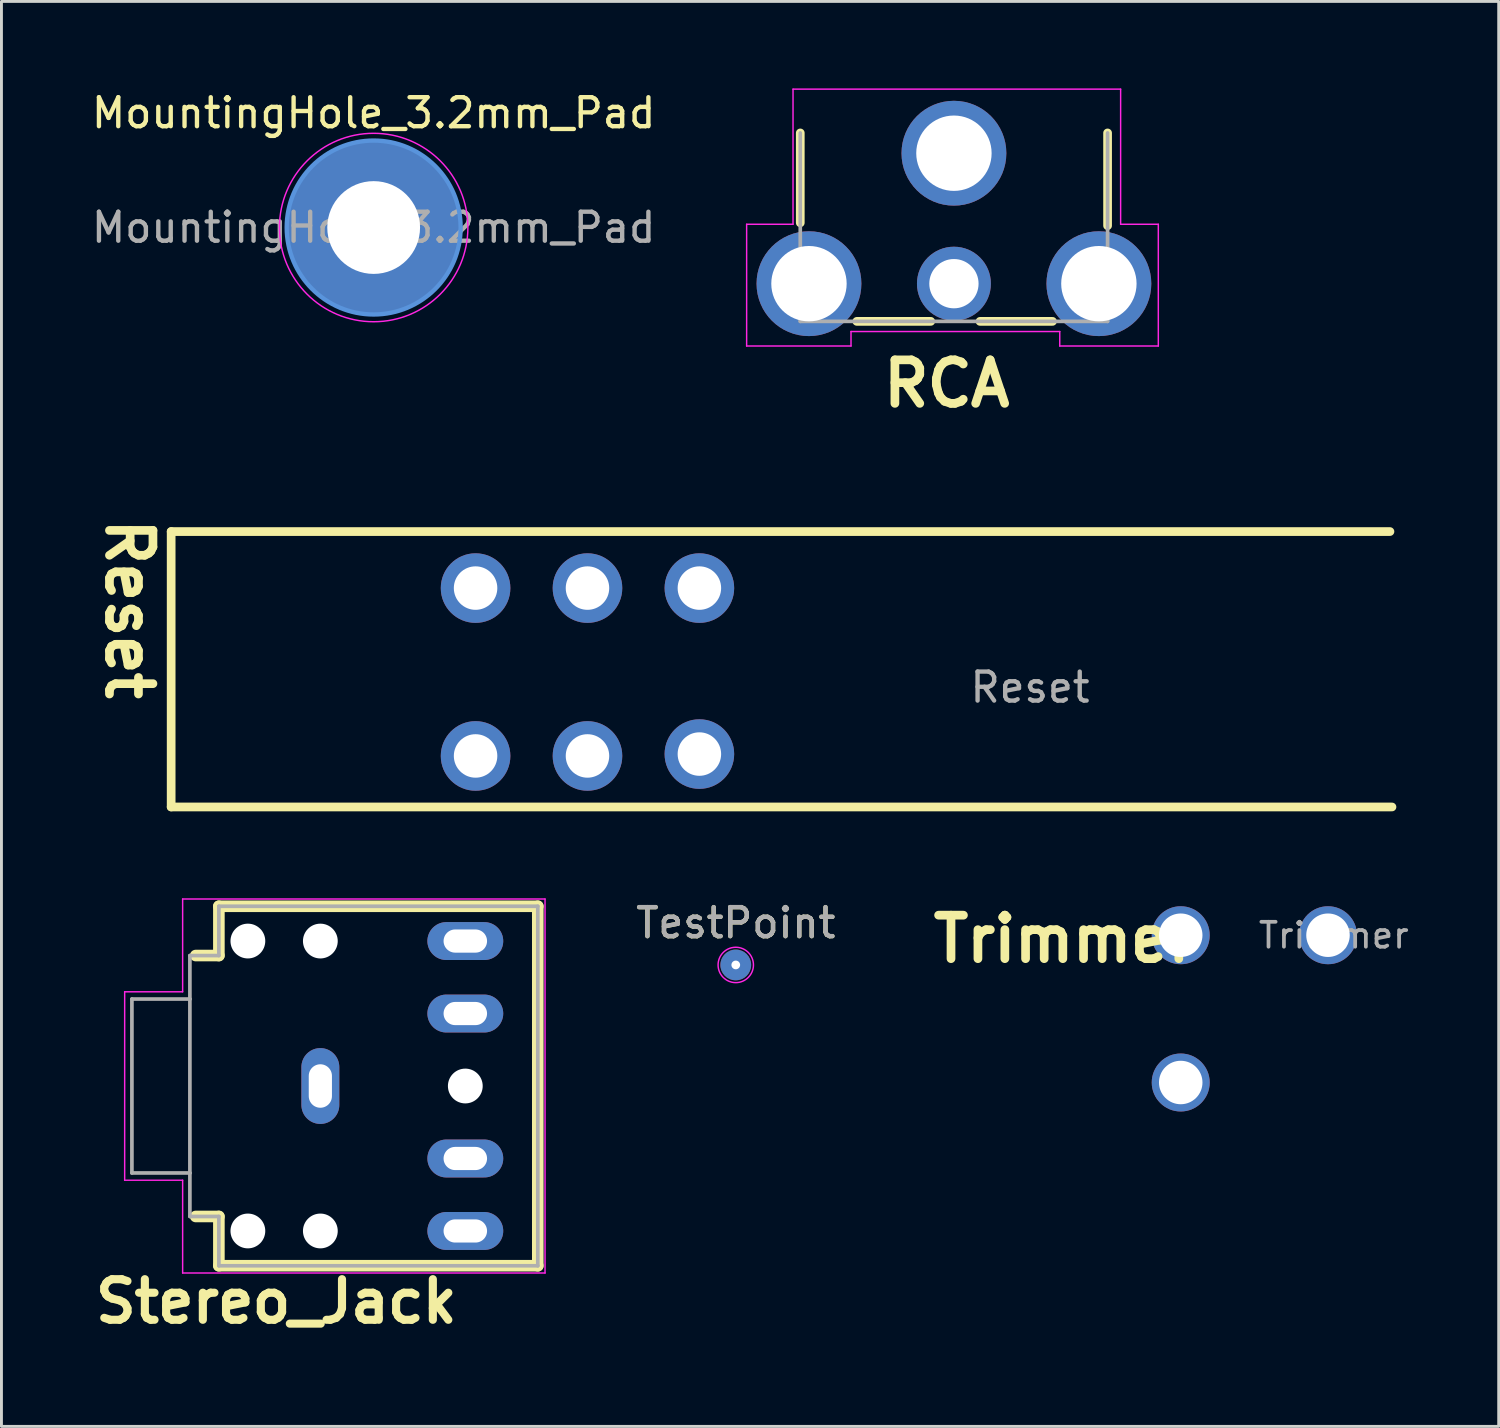
<source format=kicad_pcb>
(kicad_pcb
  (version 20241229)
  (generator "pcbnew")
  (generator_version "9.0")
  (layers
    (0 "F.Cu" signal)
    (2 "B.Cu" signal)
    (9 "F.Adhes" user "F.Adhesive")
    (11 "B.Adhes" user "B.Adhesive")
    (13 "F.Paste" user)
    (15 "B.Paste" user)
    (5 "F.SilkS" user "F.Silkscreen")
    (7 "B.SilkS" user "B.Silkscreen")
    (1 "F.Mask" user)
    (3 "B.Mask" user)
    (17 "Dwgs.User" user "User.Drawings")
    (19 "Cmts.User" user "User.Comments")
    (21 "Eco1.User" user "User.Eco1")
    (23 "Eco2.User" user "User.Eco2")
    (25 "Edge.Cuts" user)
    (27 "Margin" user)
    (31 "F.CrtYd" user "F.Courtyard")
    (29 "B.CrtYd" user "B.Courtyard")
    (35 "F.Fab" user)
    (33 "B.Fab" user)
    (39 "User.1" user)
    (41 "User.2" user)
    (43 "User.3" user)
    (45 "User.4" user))
  (footprint "TestPoint"
    (layer "F.Cu")
    (at 22.329 30.234)
    (property "Reference" "TestPoint" (at 0 -1.448 0) (layer "F.SilkS") (effects (font (size 1 1) (thickness 0.15))))
    (attr exclude_from_pos_files)
    (fp_circle (center 0 0) (end 0.61 0) (stroke (width 0.05) (type solid)) (fill no) (layer "F.CrtYd"))
    (fp_text user "${REFERENCE}" (at 0 -1.45 0) (layer "F.Fab") (effects (font (size 1 1) (thickness 0.15))))
    (pad "1" thru_hole circle (at 0 0) (size 1.06 1.06) (drill 0.3) (layers "*.Cu" "*.Mask")))
  (footprint "Trimmer"
    (layer "F.Cu")
    (at 37.707 29.239)
    (property "Reference" "Trimmer" (at -4.025 0.1 0) (layer "F.SilkS") (effects (font (size 1.5 1.5) (thickness 0.3) (bold yes))))
    (attr through_hole)
    (fp_text user "${REFERENCE}" (at 5.25 -0.025 0) (layer "F.Fab") (effects (font (size 0.86 0.86) (thickness 0.129))))
    (pad "1" thru_hole circle (at -0.03 5.05) (size 2 2) (drill 1.5) (layers "*.Cu" "*.Mask"))
    (pad "1" thru_hole circle (at 5.05 -0.03) (size 2 2) (drill 1.5) (layers "*.Cu" "*.Mask"))
    (pad "2" thru_hole circle (at -0.03 -0.03) (size 2 2) (drill 1.5) (layers "*.Cu" "*.Mask")))
  (footprint "Stereo_Jack"
    (layer "F.Cu")
    (at 8 34.41)
    (property "Reference" "Stereo_Jack" (at -1.52 7.43 180) (layer "F.SilkS") (effects (font (size 1.4 1.4) (thickness 0.28) (bold yes))))
    (attr through_hole)
    (fp_line (start -3.5 -6.2) (end -3.5 -4.5) (stroke (width 0.4) (type solid)) (layer "F.SilkS"))
    (fp_line (start -3.5 -4.5) (end -4.3 -4.5) (stroke (width 0.4) (type solid)) (layer "F.SilkS"))
    (fp_line (start -3.5 4.5) (end -4.3 4.5) (stroke (width 0.4) (type solid)) (layer "F.SilkS"))
    (fp_line (start -3.5 4.5) (end -3.5 6.2) (stroke (width 0.4) (type solid)) (layer "F.SilkS"))
    (fp_line (start 7.5 -6.2) (end -3.5 -6.2) (stroke (width 0.4) (type solid)) (layer "F.SilkS"))
    (fp_line (start 7.5 -6.2) (end 7.5 6.2) (stroke (width 0.4) (type solid)) (layer "F.SilkS"))
    (fp_line (start 7.5 6.2) (end -3.5 6.2) (stroke (width 0.4) (type solid)) (layer "F.SilkS"))
    (fp_line (start -6.75 -3.25) (end -6.75 3.25) (stroke (width 0.05) (type solid)) (layer "F.CrtYd"))
    (fp_line (start -6.75 3.25) (end -4.75 3.25) (stroke (width 0.05) (type solid)) (layer "F.CrtYd"))
    (fp_line (start -4.75 -6.45) (end -4.75 -3.25) (stroke (width 0.05) (type solid)) (layer "F.CrtYd"))
    (fp_line (start -4.75 -6.45) (end 7.75 -6.45) (stroke (width 0.05) (type solid)) (layer "F.CrtYd"))
    (fp_line (start -4.75 -3.25) (end -6.75 -3.25) (stroke (width 0.05) (type solid)) (layer "F.CrtYd"))
    (fp_line (start -4.75 3.25) (end -4.75 6.45) (stroke (width 0.05) (type solid)) (layer "F.CrtYd"))
    (fp_line (start 7.75 -6.45) (end 7.75 6.45) (stroke (width 0.05) (type solid)) (layer "F.CrtYd"))
    (fp_line (start 7.75 6.45) (end -4.75 6.45) (stroke (width 0.05) (type solid)) (layer "F.CrtYd"))
    (fp_line (start -6.5 -3) (end -6.5 3) (stroke (width 0.127) (type solid)) (layer "F.Fab"))
    (fp_line (start -6.5 3) (end -4.5 3) (stroke (width 0.127) (type solid)) (layer "F.Fab"))
    (fp_line (start -4.5 -4.5) (end -4.5 -3) (stroke (width 0.127) (type solid)) (layer "F.Fab"))
    (fp_line (start -4.5 -3) (end -6.5 -3) (stroke (width 0.127) (type solid)) (layer "F.Fab"))
    (fp_line (start -4.5 -3) (end -4.5 3) (stroke (width 0.127) (type solid)) (layer "F.Fab"))
    (fp_line (start -4.5 3) (end -4.5 4.5) (stroke (width 0.127) (type solid)) (layer "F.Fab"))
    (fp_line (start -4.5 4.5) (end -3.5 4.5) (stroke (width 0.127) (type solid)) (layer "F.Fab"))
    (fp_line (start -3.5 -6.2) (end -3.5 -4.5) (stroke (width 0.127) (type solid)) (layer "F.Fab"))
    (fp_line (start -3.5 -4.5) (end -4.5 -4.5) (stroke (width 0.127) (type solid)) (layer "F.Fab"))
    (fp_line (start -3.5 4.5) (end -3.5 6.2) (stroke (width 0.127) (type solid)) (layer "F.Fab"))
    (fp_line (start 7.5 -6.2) (end -3.5 -6.2) (stroke (width 0.127) (type solid)) (layer "F.Fab"))
    (fp_line (start 7.5 -6.2) (end 7.5 6.2) (stroke (width 0.127) (type solid)) (layer "F.Fab"))
    (fp_line (start 7.5 6.2) (end -3.5 6.2) (stroke (width 0.127) (type solid)) (layer "F.Fab"))
    (pad "" np_thru_hole circle (at -2.5 -5) (size 1.2 1.2) (drill 1.2) (layers "*.Cu" "*.Mask"))
    (pad "" np_thru_hole circle (at -2.5 5) (size 1.2 1.2) (drill 1.2) (layers "*.Cu" "*.Mask"))
    (pad "" np_thru_hole circle (at 0 -5) (size 1.2 1.2) (drill 1.2) (layers "*.Cu" "*.Mask"))
    (pad "" np_thru_hole circle (at 0 5) (size 1.2 1.2) (drill 1.2) (layers "*.Cu" "*.Mask"))
    (pad "" np_thru_hole circle (at 5 0) (size 1.2 1.2) (drill 1.2) (layers "*.Cu" "*.Mask"))
    (pad "1" thru_hole oval (at 0 0) (size 1.308 2.616) (drill oval 0.8 1.5) (layers "*.Cu" "*.Mask"))
    (pad "2" thru_hole oval (at 5 5) (size 2.616 1.308) (drill oval 1.5 0.8) (layers "*.Cu" "*.Mask"))
    (pad "3" thru_hole oval (at 5 -5) (size 2.616 1.308) (drill oval 1.5 0.8) (layers "*.Cu" "*.Mask"))
    (pad "10" thru_hole oval (at 5 2.5) (size 2.616 1.308) (drill oval 1.5 0.8) (layers "*.Cu" "*.Mask"))
    (pad "11" thru_hole oval (at 5 -2.5) (size 2.616 1.308) (drill oval 1.5 0.8) (layers "*.Cu" "*.Mask")))
  (footprint "RCA"
    (layer "F.Cu")
    (at 29.854 6.725)
    (property "Reference" "RCA" (at -0.25 3.46 0) (unlocked yes) (layer "F.SilkS") (effects (font (size 1.5 1.5) (thickness 0.3) (bold yes))))
    (attr through_hole)
    (fp_line (start -5.3 -5.19) (end -5.3 -2.09) (stroke (width 0.3) (type solid)) (layer "F.SilkS"))
    (fp_line (start -3.35 1.31) (end -0.8 1.31) (stroke (width 0.3) (type solid)) (layer "F.SilkS"))
    (fp_line (start 0.9 1.31) (end 3.4 1.31) (stroke (width 0.3) (type solid)) (layer "F.SilkS"))
    (fp_line (start 5.3 -1.99) (end 5.3 -5.19) (stroke (width 0.3) (type solid)) (layer "F.SilkS"))
    (fp_line (start -7.15 -2.04) (end -5.55 -2.04) (stroke (width 0.05) (type solid)) (layer "F.CrtYd"))
    (fp_line (start -7.15 2.16) (end -7.15 -2.04) (stroke (width 0.05) (type solid)) (layer "F.CrtYd"))
    (fp_line (start -7.15 2.16) (end -3.55 2.16) (stroke (width 0.05) (type solid)) (layer "F.CrtYd"))
    (fp_line (start -5.55 -6.7) (end -5.55 -2.04) (stroke (width 0.05) (type solid)) (layer "F.CrtYd"))
    (fp_line (start -3.55 1.66) (end -3.55 2.16) (stroke (width 0.05) (type solid)) (layer "F.CrtYd"))
    (fp_line (start 3.65 1.66) (end -3.55 1.66) (stroke (width 0.05) (type solid)) (layer "F.CrtYd"))
    (fp_line (start 3.65 2.16) (end 3.65 1.66) (stroke (width 0.05) (type solid)) (layer "F.CrtYd"))
    (fp_line (start 5.75 -6.7) (end -5.55 -6.7) (stroke (width 0.05) (type solid)) (layer "F.CrtYd"))
    (fp_line (start 5.75 -2.04) (end 5.75 -6.7) (stroke (width 0.05) (type solid)) (layer "F.CrtYd"))
    (fp_line (start 5.75 -2.04) (end 7.05 -2.04) (stroke (width 0.05) (type solid)) (layer "F.CrtYd"))
    (fp_line (start 7.05 -2.04) (end 7.05 2.16) (stroke (width 0.05) (type solid)) (layer "F.CrtYd"))
    (fp_line (start 7.05 2.16) (end 3.65 2.16) (stroke (width 0.05) (type solid)) (layer "F.CrtYd"))
    (fp_line (start -5.3 -5.19) (end -5.3 1.31) (stroke (width 0.127) (type solid)) (layer "F.Fab"))
    (fp_line (start -5.3 1.31) (end 5.3 1.31) (stroke (width 0.127) (type solid)) (layer "F.Fab"))
    (fp_line (start 5.3 1.31) (end 5.3 -5.19) (stroke (width 0.127) (type solid)) (layer "F.Fab"))
    (pad "1" thru_hole circle (at 0 0.01 270) (size 2.55 2.55) (drill 1.7) (layers "*.Cu" "*.Mask"))
    (pad "2" thru_hole circle (at -5 0.01 270) (size 3.616 3.616) (drill 2.6) (layers "*.Cu" "*.Mask"))
    (pad "2" thru_hole circle (at 0 -4.49 270) (size 3.616 3.616) (drill 2.6) (layers "*.Cu" "*.Mask"))
    (pad "2" thru_hole circle (at 5 0.01 270) (size 3.616 3.616) (drill 2.6) (layers "*.Cu" "*.Mask")))
  (footprint "Reset"
    (layer "F.Cu")
    (at 13.354 17.235)
    (property "Reference" "Reset" (at -11.95 0.725 270) (unlocked yes) (layer "F.SilkS") (effects (font (size 1.5 1.5) (thickness 0.3) (bold yes))))
    (attr through_hole)
    (fp_line (start -10.5 -1.95) (end 31.54 -1.95) (stroke (width 0.3) (type solid)) (layer "F.SilkS"))
    (fp_line (start -10.5 7.55) (end -10.5 -1.95) (stroke (width 0.3) (type solid)) (layer "F.SilkS"))
    (fp_line (start 31.61 7.55) (end -10.5 7.55) (stroke (width 0.3) (type solid)) (layer "F.SilkS"))
    (fp_text user "${REFERENCE}" (at 19.125 3.425 0) (unlocked yes) (layer "F.Fab") (effects (font (size 1 1) (thickness 0.15))))
    (pad "" thru_hole circle (at 7.72 0 180) (size 2.4 2.4) (drill 1.5) (layers "*.Cu" "*.Mask"))
    (pad "" thru_hole circle (at 7.72 5.725 180) (size 2.4 2.4) (drill 1.5) (layers "*.Cu" "*.Mask"))
    (pad "1" thru_hole circle (at 0 0 180) (size 2.4 2.4) (drill 1.5) (layers "*.Cu" "*.Mask"))
    (pad "1" thru_hole circle (at 0 5.79 180) (size 2.4 2.4) (drill 1.5) (layers "*.Cu" "*.Mask"))
    (pad "2" thru_hole circle (at 3.86 0 180) (size 2.4 2.4) (drill 1.5) (layers "*.Cu" "*.Mask"))
    (pad "2" thru_hole circle (at 3.86 5.79 180) (size 2.4 2.4) (drill 1.5) (layers "*.Cu" "*.Mask")))
  (footprint "MountingHole_3.2mm_Pad"
    (layer "F.Cu")
    (at 9.839 4.798)
    (property "Reference" "MountingHole_3.2mm_Pad" (at 0 -3.95 0) (layer "F.SilkS") (effects (font (size 1 1) (thickness 0.15))))
    (attr exclude_from_pos_files exclude_from_bom)
    (fp_circle (center 0 0) (end 3 0) (stroke (width 0.15) (type solid)) (fill no) (layer "Cmts.User"))
    (fp_circle (center 0 0) (end 3.25 0) (stroke (width 0.05) (type solid)) (fill no) (layer "F.CrtYd"))
    (fp_text user "${REFERENCE}" (at 0 0 0) (layer "F.Fab") (effects (font (size 1 1) (thickness 0.15))))
    (pad "1" thru_hole circle (at 0 0) (size 6 6) (drill 3.2) (layers "*.Cu" "*.Mask")))
  (gr_rect
    (start -3 -3)
    (end 48.645 46.151)
    (stroke (width 0.1) (type default))
    (fill no)
    (layer "Edge.Cuts")))
</source>
